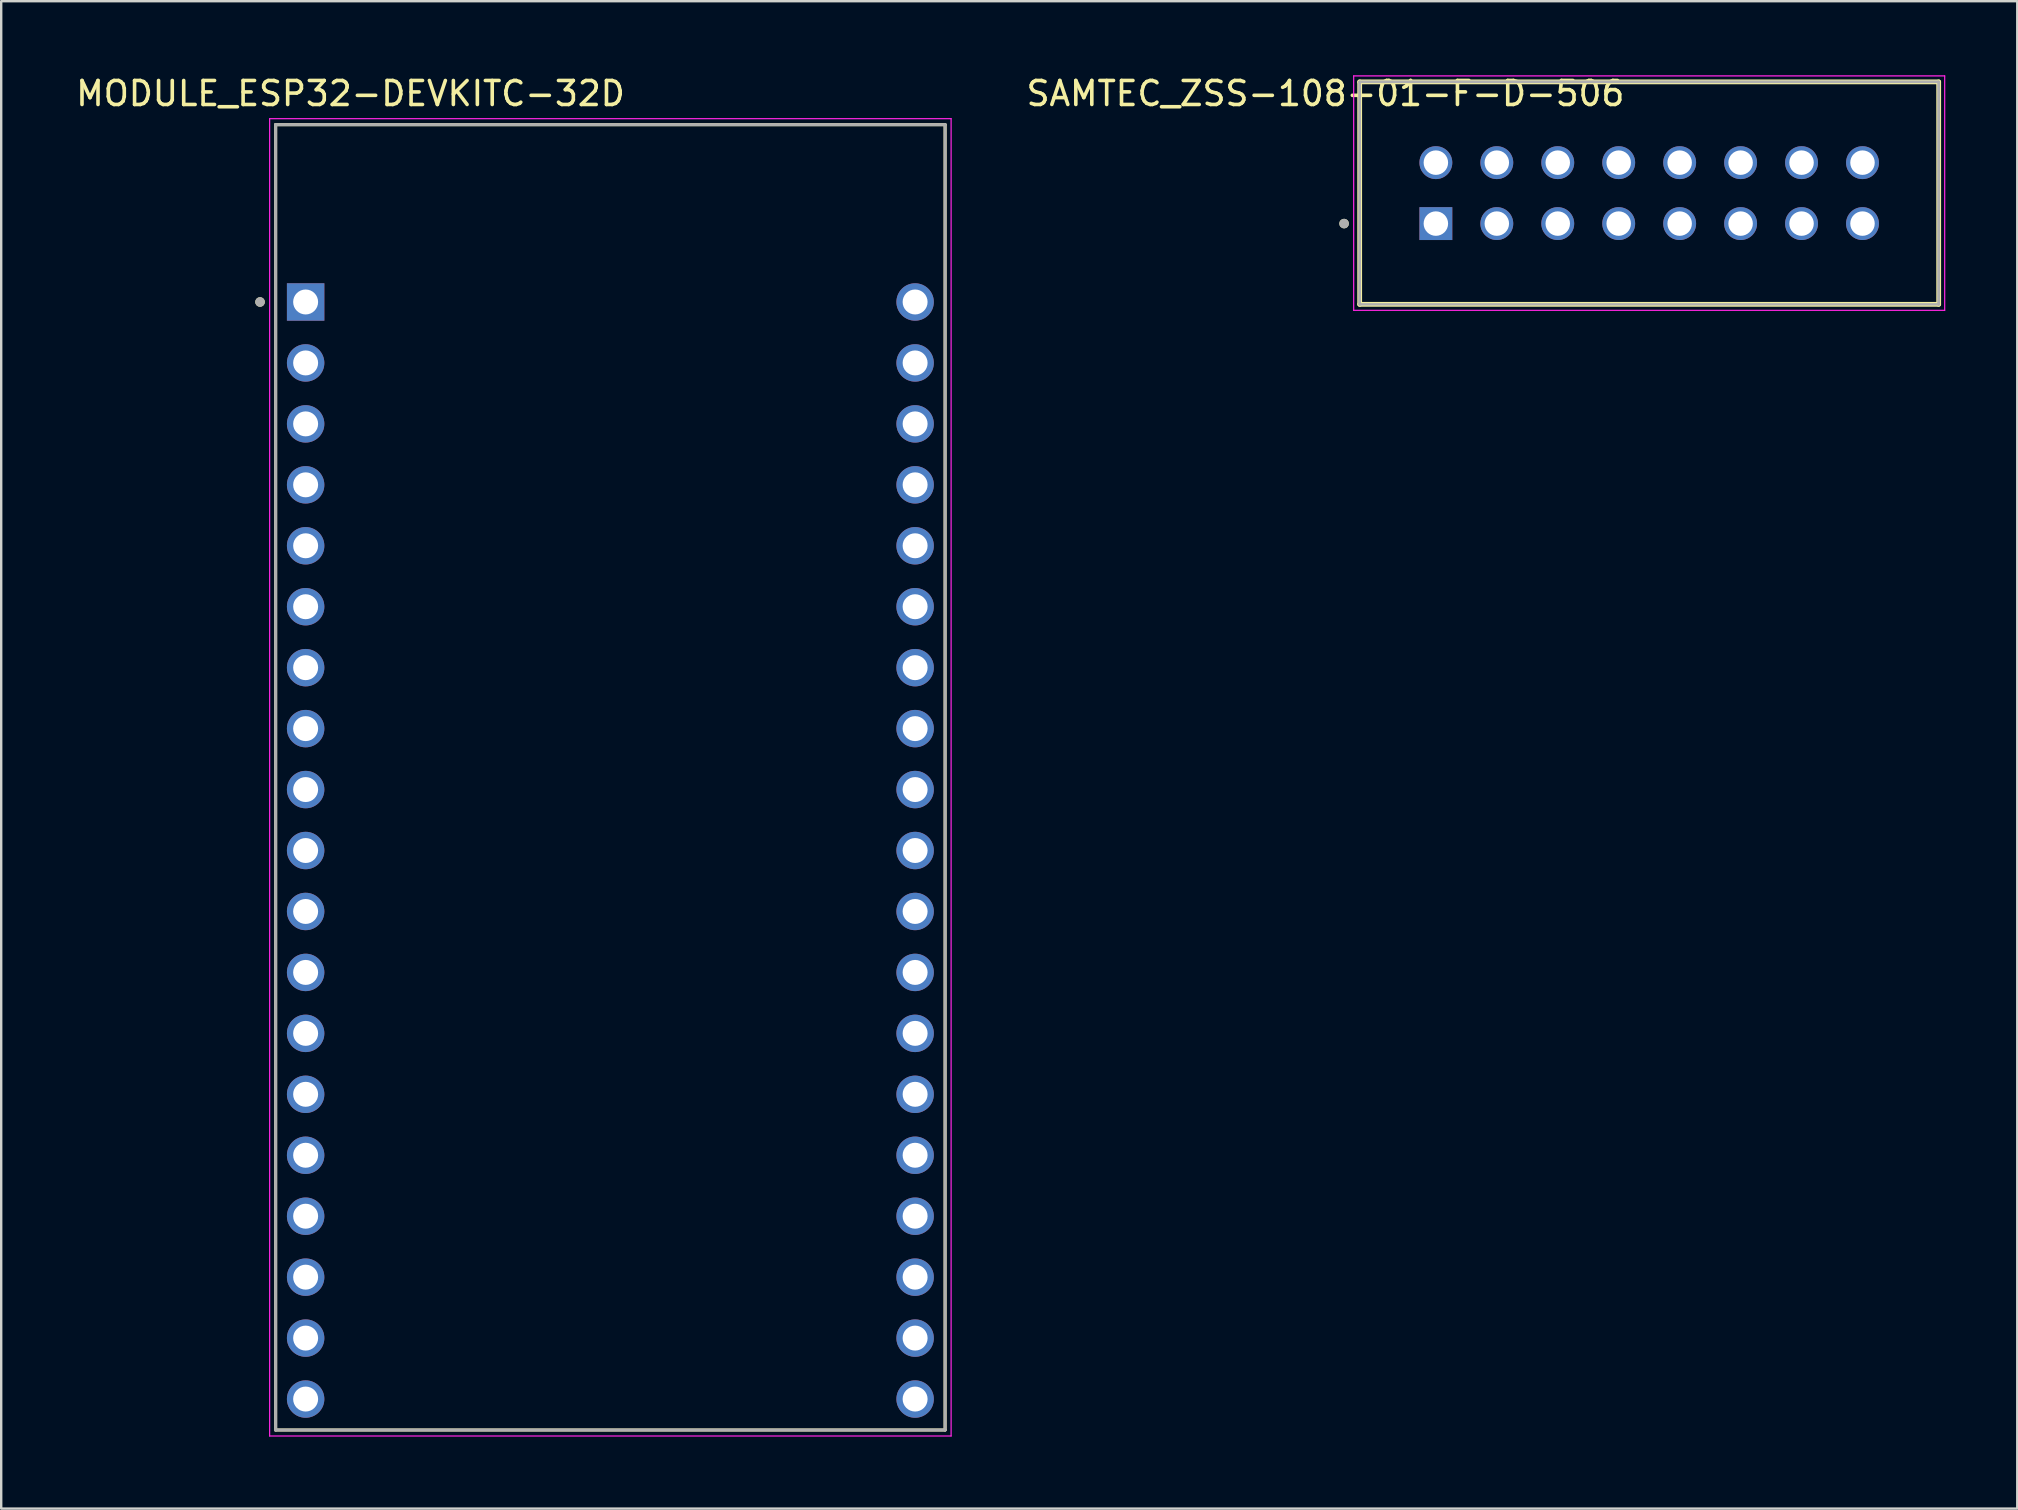
<source format=kicad_pcb>
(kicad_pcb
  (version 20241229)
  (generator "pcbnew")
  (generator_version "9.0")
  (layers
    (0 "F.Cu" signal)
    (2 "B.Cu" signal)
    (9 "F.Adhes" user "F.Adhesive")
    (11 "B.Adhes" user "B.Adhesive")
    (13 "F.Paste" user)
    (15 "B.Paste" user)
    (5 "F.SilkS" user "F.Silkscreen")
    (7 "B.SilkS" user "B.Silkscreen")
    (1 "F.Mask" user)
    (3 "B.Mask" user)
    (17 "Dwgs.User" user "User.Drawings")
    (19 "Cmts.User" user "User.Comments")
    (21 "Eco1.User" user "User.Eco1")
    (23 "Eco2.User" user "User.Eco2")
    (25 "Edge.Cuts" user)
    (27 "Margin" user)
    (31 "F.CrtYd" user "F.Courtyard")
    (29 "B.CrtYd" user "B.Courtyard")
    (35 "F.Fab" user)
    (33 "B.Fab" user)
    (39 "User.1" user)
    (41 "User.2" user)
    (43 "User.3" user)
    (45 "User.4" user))
  (footprint "SAMTEC_ZSS-108-01-F-D-506"
    (layer "F.Cu")
    (at 56.789 6.268)
    (property "Reference" "SAMTEC_ZSS-108-01-F-D-506" (at -4.6 -5.42 180) (layer "F.SilkS") (effects (font (size 1 1) (thickness 0.15))))
    (attr through_hole)
    (fp_line (start -3.175 3.365) (end -3.175 -5.905) (stroke (width 0.2) (type solid)) (layer "F.SilkS"))
    (fp_line (start 20.955 -5.905) (end -3.175 -5.905) (stroke (width 0.2) (type solid)) (layer "F.SilkS"))
    (fp_line (start 20.955 -5.905) (end 20.955 3.365) (stroke (width 0.2) (type solid)) (layer "F.SilkS"))
    (fp_line (start 20.955 3.365) (end -3.175 3.365) (stroke (width 0.2) (type solid)) (layer "F.SilkS"))
    (fp_circle (center -3.825 0) (end -3.725 0) (stroke (width 0.2) (type solid)) (fill no) (layer "F.SilkS"))
    (fp_line (start -3.425 -6.155) (end 21.205 -6.155) (stroke (width 0.05) (type solid)) (layer "F.CrtYd"))
    (fp_line (start -3.425 3.615) (end -3.425 -6.155) (stroke (width 0.05) (type solid)) (layer "F.CrtYd"))
    (fp_line (start 21.205 -6.155) (end 21.205 3.615) (stroke (width 0.05) (type solid)) (layer "F.CrtYd"))
    (fp_line (start 21.205 3.615) (end -3.425 3.615) (stroke (width 0.05) (type solid)) (layer "F.CrtYd"))
    (fp_line (start -3.175 -5.905) (end 20.955 -5.905) (stroke (width 0.1) (type solid)) (layer "F.Fab"))
    (fp_line (start -3.175 -5.905) (end 20.955 -5.905) (stroke (width 0.1) (type solid)) (layer "F.Fab"))
    (fp_line (start -3.175 3.365) (end -3.175 -5.905) (stroke (width 0.1) (type solid)) (layer "F.Fab"))
    (fp_line (start -3.175 3.365) (end -3.175 -5.905) (stroke (width 0.1) (type solid)) (layer "F.Fab"))
    (fp_line (start 20.955 -5.905) (end 20.955 3.365) (stroke (width 0.1) (type solid)) (layer "F.Fab"))
    (fp_line (start 20.955 -5.905) (end 20.955 3.365) (stroke (width 0.1) (type solid)) (layer "F.Fab"))
    (fp_line (start 20.955 3.365) (end -3.175 3.365) (stroke (width 0.1) (type solid)) (layer "F.Fab"))
    (fp_circle (center -3.825 0) (end -3.725 0) (stroke (width 0.2) (type solid)) (fill no) (layer "F.Fab"))
    (pad "01" thru_hole rect (at 0 0) (size 1.37 1.37) (drill 1.02) (layers "*.Cu" "*.Mask"))
    (pad "02" thru_hole circle (at 0 -2.54) (size 1.37 1.37) (drill 1.02) (layers "*.Cu" "*.Mask"))
    (pad "03" thru_hole circle (at 2.54 0) (size 1.37 1.37) (drill 1.02) (layers "*.Cu" "*.Mask"))
    (pad "04" thru_hole circle (at 2.54 -2.54) (size 1.37 1.37) (drill 1.02) (layers "*.Cu" "*.Mask"))
    (pad "05" thru_hole circle (at 5.08 0) (size 1.37 1.37) (drill 1.02) (layers "*.Cu" "*.Mask"))
    (pad "06" thru_hole circle (at 5.08 -2.54) (size 1.37 1.37) (drill 1.02) (layers "*.Cu" "*.Mask"))
    (pad "07" thru_hole circle (at 7.62 0) (size 1.37 1.37) (drill 1.02) (layers "*.Cu" "*.Mask"))
    (pad "08" thru_hole circle (at 7.62 -2.54) (size 1.37 1.37) (drill 1.02) (layers "*.Cu" "*.Mask"))
    (pad "09" thru_hole circle (at 10.16 0) (size 1.37 1.37) (drill 1.02) (layers "*.Cu" "*.Mask"))
    (pad "10" thru_hole circle (at 10.16 -2.54) (size 1.37 1.37) (drill 1.02) (layers "*.Cu" "*.Mask"))
    (pad "11" thru_hole circle (at 12.7 0) (size 1.37 1.37) (drill 1.02) (layers "*.Cu" "*.Mask"))
    (pad "12" thru_hole circle (at 12.7 -2.54) (size 1.37 1.37) (drill 1.02) (layers "*.Cu" "*.Mask"))
    (pad "13" thru_hole circle (at 15.24 0) (size 1.37 1.37) (drill 1.02) (layers "*.Cu" "*.Mask"))
    (pad "14" thru_hole circle (at 15.24 -2.54) (size 1.37 1.37) (drill 1.02) (layers "*.Cu" "*.Mask"))
    (pad "15" thru_hole circle (at 17.78 0) (size 1.37 1.37) (drill 1.02) (layers "*.Cu" "*.Mask"))
    (pad "16" thru_hole circle (at 17.78 -2.54) (size 1.37 1.37) (drill 1.02) (layers "*.Cu" "*.Mask")))
  (footprint "MODULE_ESP32-DEVKITC-32D"
    (layer "F.Cu")
    (at 22.387 29.295)
    (property "Reference" "MODULE_ESP32-DEVKITC-32D" (at -10.829 -28.446 180) (layer "F.SilkS") (effects (font (size 1 1) (thickness 0.15))))
    (attr through_hole)
    (fp_line (start -13.95 -27.15) (end 13.95 -27.15) (stroke (width 0.127) (type solid)) (layer "F.SilkS"))
    (fp_line (start -13.95 27.25) (end -13.95 -27.15) (stroke (width 0.127) (type solid)) (layer "F.SilkS"))
    (fp_line (start 13.95 -27.15) (end 13.95 27.25) (stroke (width 0.127) (type solid)) (layer "F.SilkS"))
    (fp_line (start 13.95 27.25) (end -13.95 27.25) (stroke (width 0.127) (type solid)) (layer "F.SilkS"))
    (fp_circle (center -14.6 -19.76) (end -14.5 -19.76) (stroke (width 0.2) (type solid)) (fill no) (layer "F.SilkS"))
    (fp_line (start -14.2 -27.4) (end 14.2 -27.4) (stroke (width 0.05) (type solid)) (layer "F.CrtYd"))
    (fp_line (start -14.2 27.5) (end -14.2 -27.4) (stroke (width 0.05) (type solid)) (layer "F.CrtYd"))
    (fp_line (start 14.2 -27.4) (end 14.2 27.5) (stroke (width 0.05) (type solid)) (layer "F.CrtYd"))
    (fp_line (start 14.2 27.5) (end -14.2 27.5) (stroke (width 0.05) (type solid)) (layer "F.CrtYd"))
    (fp_line (start -13.95 -27.15) (end 13.95 -27.15) (stroke (width 0.127) (type solid)) (layer "F.Fab"))
    (fp_line (start -13.95 27.25) (end -13.95 -27.15) (stroke (width 0.127) (type solid)) (layer "F.Fab"))
    (fp_line (start 13.95 -27.15) (end 13.95 27.25) (stroke (width 0.127) (type solid)) (layer "F.Fab"))
    (fp_line (start 13.95 27.25) (end -13.95 27.25) (stroke (width 0.127) (type solid)) (layer "F.Fab"))
    (fp_circle (center -14.6 -19.76) (end -14.5 -19.76) (stroke (width 0.2) (type solid)) (fill no) (layer "F.Fab"))
    (pad "J2-1" thru_hole rect (at -12.7 -19.76) (size 1.56 1.56) (drill 1.04) (layers "*.Cu" "*.Mask"))
    (pad "J2-2" thru_hole circle (at -12.7 -17.22) (size 1.56 1.56) (drill 1.04) (layers "*.Cu" "*.Mask"))
    (pad "J2-3" thru_hole circle (at -12.7 -14.68) (size 1.56 1.56) (drill 1.04) (layers "*.Cu" "*.Mask"))
    (pad "J2-4" thru_hole circle (at -12.7 -12.14) (size 1.56 1.56) (drill 1.04) (layers "*.Cu" "*.Mask"))
    (pad "J2-5" thru_hole circle (at -12.7 -9.6) (size 1.56 1.56) (drill 1.04) (layers "*.Cu" "*.Mask"))
    (pad "J2-6" thru_hole circle (at -12.7 -7.06) (size 1.56 1.56) (drill 1.04) (layers "*.Cu" "*.Mask"))
    (pad "J2-7" thru_hole circle (at -12.7 -4.52) (size 1.56 1.56) (drill 1.04) (layers "*.Cu" "*.Mask"))
    (pad "J2-8" thru_hole circle (at -12.7 -1.98) (size 1.56 1.56) (drill 1.04) (layers "*.Cu" "*.Mask"))
    (pad "J2-9" thru_hole circle (at -12.7 0.56) (size 1.56 1.56) (drill 1.04) (layers "*.Cu" "*.Mask"))
    (pad "J2-10" thru_hole circle (at -12.7 3.1) (size 1.56 1.56) (drill 1.04) (layers "*.Cu" "*.Mask"))
    (pad "J2-11" thru_hole circle (at -12.7 5.64) (size 1.56 1.56) (drill 1.04) (layers "*.Cu" "*.Mask"))
    (pad "J2-12" thru_hole circle (at -12.7 8.18) (size 1.56 1.56) (drill 1.04) (layers "*.Cu" "*.Mask"))
    (pad "J2-13" thru_hole circle (at -12.7 10.72) (size 1.56 1.56) (drill 1.04) (layers "*.Cu" "*.Mask"))
    (pad "J2-14" thru_hole circle (at -12.7 13.26) (size 1.56 1.56) (drill 1.04) (layers "*.Cu" "*.Mask"))
    (pad "J2-15" thru_hole circle (at -12.7 15.8) (size 1.56 1.56) (drill 1.04) (layers "*.Cu" "*.Mask"))
    (pad "J2-16" thru_hole circle (at -12.7 18.34) (size 1.56 1.56) (drill 1.04) (layers "*.Cu" "*.Mask"))
    (pad "J2-17" thru_hole circle (at -12.7 20.88) (size 1.56 1.56) (drill 1.04) (layers "*.Cu" "*.Mask"))
    (pad "J2-18" thru_hole circle (at -12.7 23.42) (size 1.56 1.56) (drill 1.04) (layers "*.Cu" "*.Mask"))
    (pad "J2-19" thru_hole circle (at -12.7 25.96) (size 1.56 1.56) (drill 1.04) (layers "*.Cu" "*.Mask"))
    (pad "J3-1" thru_hole circle (at 12.7 -19.76) (size 1.56 1.56) (drill 1.04) (layers "*.Cu" "*.Mask"))
    (pad "J3-2" thru_hole circle (at 12.7 -17.22) (size 1.56 1.56) (drill 1.04) (layers "*.Cu" "*.Mask"))
    (pad "J3-3" thru_hole circle (at 12.7 -14.68) (size 1.56 1.56) (drill 1.04) (layers "*.Cu" "*.Mask"))
    (pad "J3-4" thru_hole circle (at 12.7 -12.14) (size 1.56 1.56) (drill 1.04) (layers "*.Cu" "*.Mask"))
    (pad "J3-5" thru_hole circle (at 12.7 -9.6) (size 1.56 1.56) (drill 1.04) (layers "*.Cu" "*.Mask"))
    (pad "J3-6" thru_hole circle (at 12.7 -7.06) (size 1.56 1.56) (drill 1.04) (layers "*.Cu" "*.Mask"))
    (pad "J3-7" thru_hole circle (at 12.7 -4.52) (size 1.56 1.56) (drill 1.04) (layers "*.Cu" "*.Mask"))
    (pad "J3-8" thru_hole circle (at 12.7 -1.98) (size 1.56 1.56) (drill 1.04) (layers "*.Cu" "*.Mask"))
    (pad "J3-9" thru_hole circle (at 12.7 0.56) (size 1.56 1.56) (drill 1.04) (layers "*.Cu" "*.Mask"))
    (pad "J3-10" thru_hole circle (at 12.7 3.1) (size 1.56 1.56) (drill 1.04) (layers "*.Cu" "*.Mask"))
    (pad "J3-11" thru_hole circle (at 12.7 5.64) (size 1.56 1.56) (drill 1.04) (layers "*.Cu" "*.Mask"))
    (pad "J3-12" thru_hole circle (at 12.7 8.18) (size 1.56 1.56) (drill 1.04) (layers "*.Cu" "*.Mask"))
    (pad "J3-13" thru_hole circle (at 12.7 10.72) (size 1.56 1.56) (drill 1.04) (layers "*.Cu" "*.Mask"))
    (pad "J3-14" thru_hole circle (at 12.7 13.26) (size 1.56 1.56) (drill 1.04) (layers "*.Cu" "*.Mask"))
    (pad "J3-15" thru_hole circle (at 12.7 15.8) (size 1.56 1.56) (drill 1.04) (layers "*.Cu" "*.Mask"))
    (pad "J3-16" thru_hole circle (at 12.7 18.34) (size 1.56 1.56) (drill 1.04) (layers "*.Cu" "*.Mask"))
    (pad "J3-17" thru_hole circle (at 12.7 20.88) (size 1.56 1.56) (drill 1.04) (layers "*.Cu" "*.Mask"))
    (pad "J3-18" thru_hole circle (at 12.7 23.42) (size 1.56 1.56) (drill 1.04) (layers "*.Cu" "*.Mask"))
    (pad "J3-19" thru_hole circle (at 12.7 25.96) (size 1.56 1.56) (drill 1.04) (layers "*.Cu" "*.Mask")))
  (gr_rect
    (start -3 -3)
    (end 81.019 59.82)
    (stroke (width 0.1) (type default))
    (fill no)
    (layer "Edge.Cuts")))
</source>
